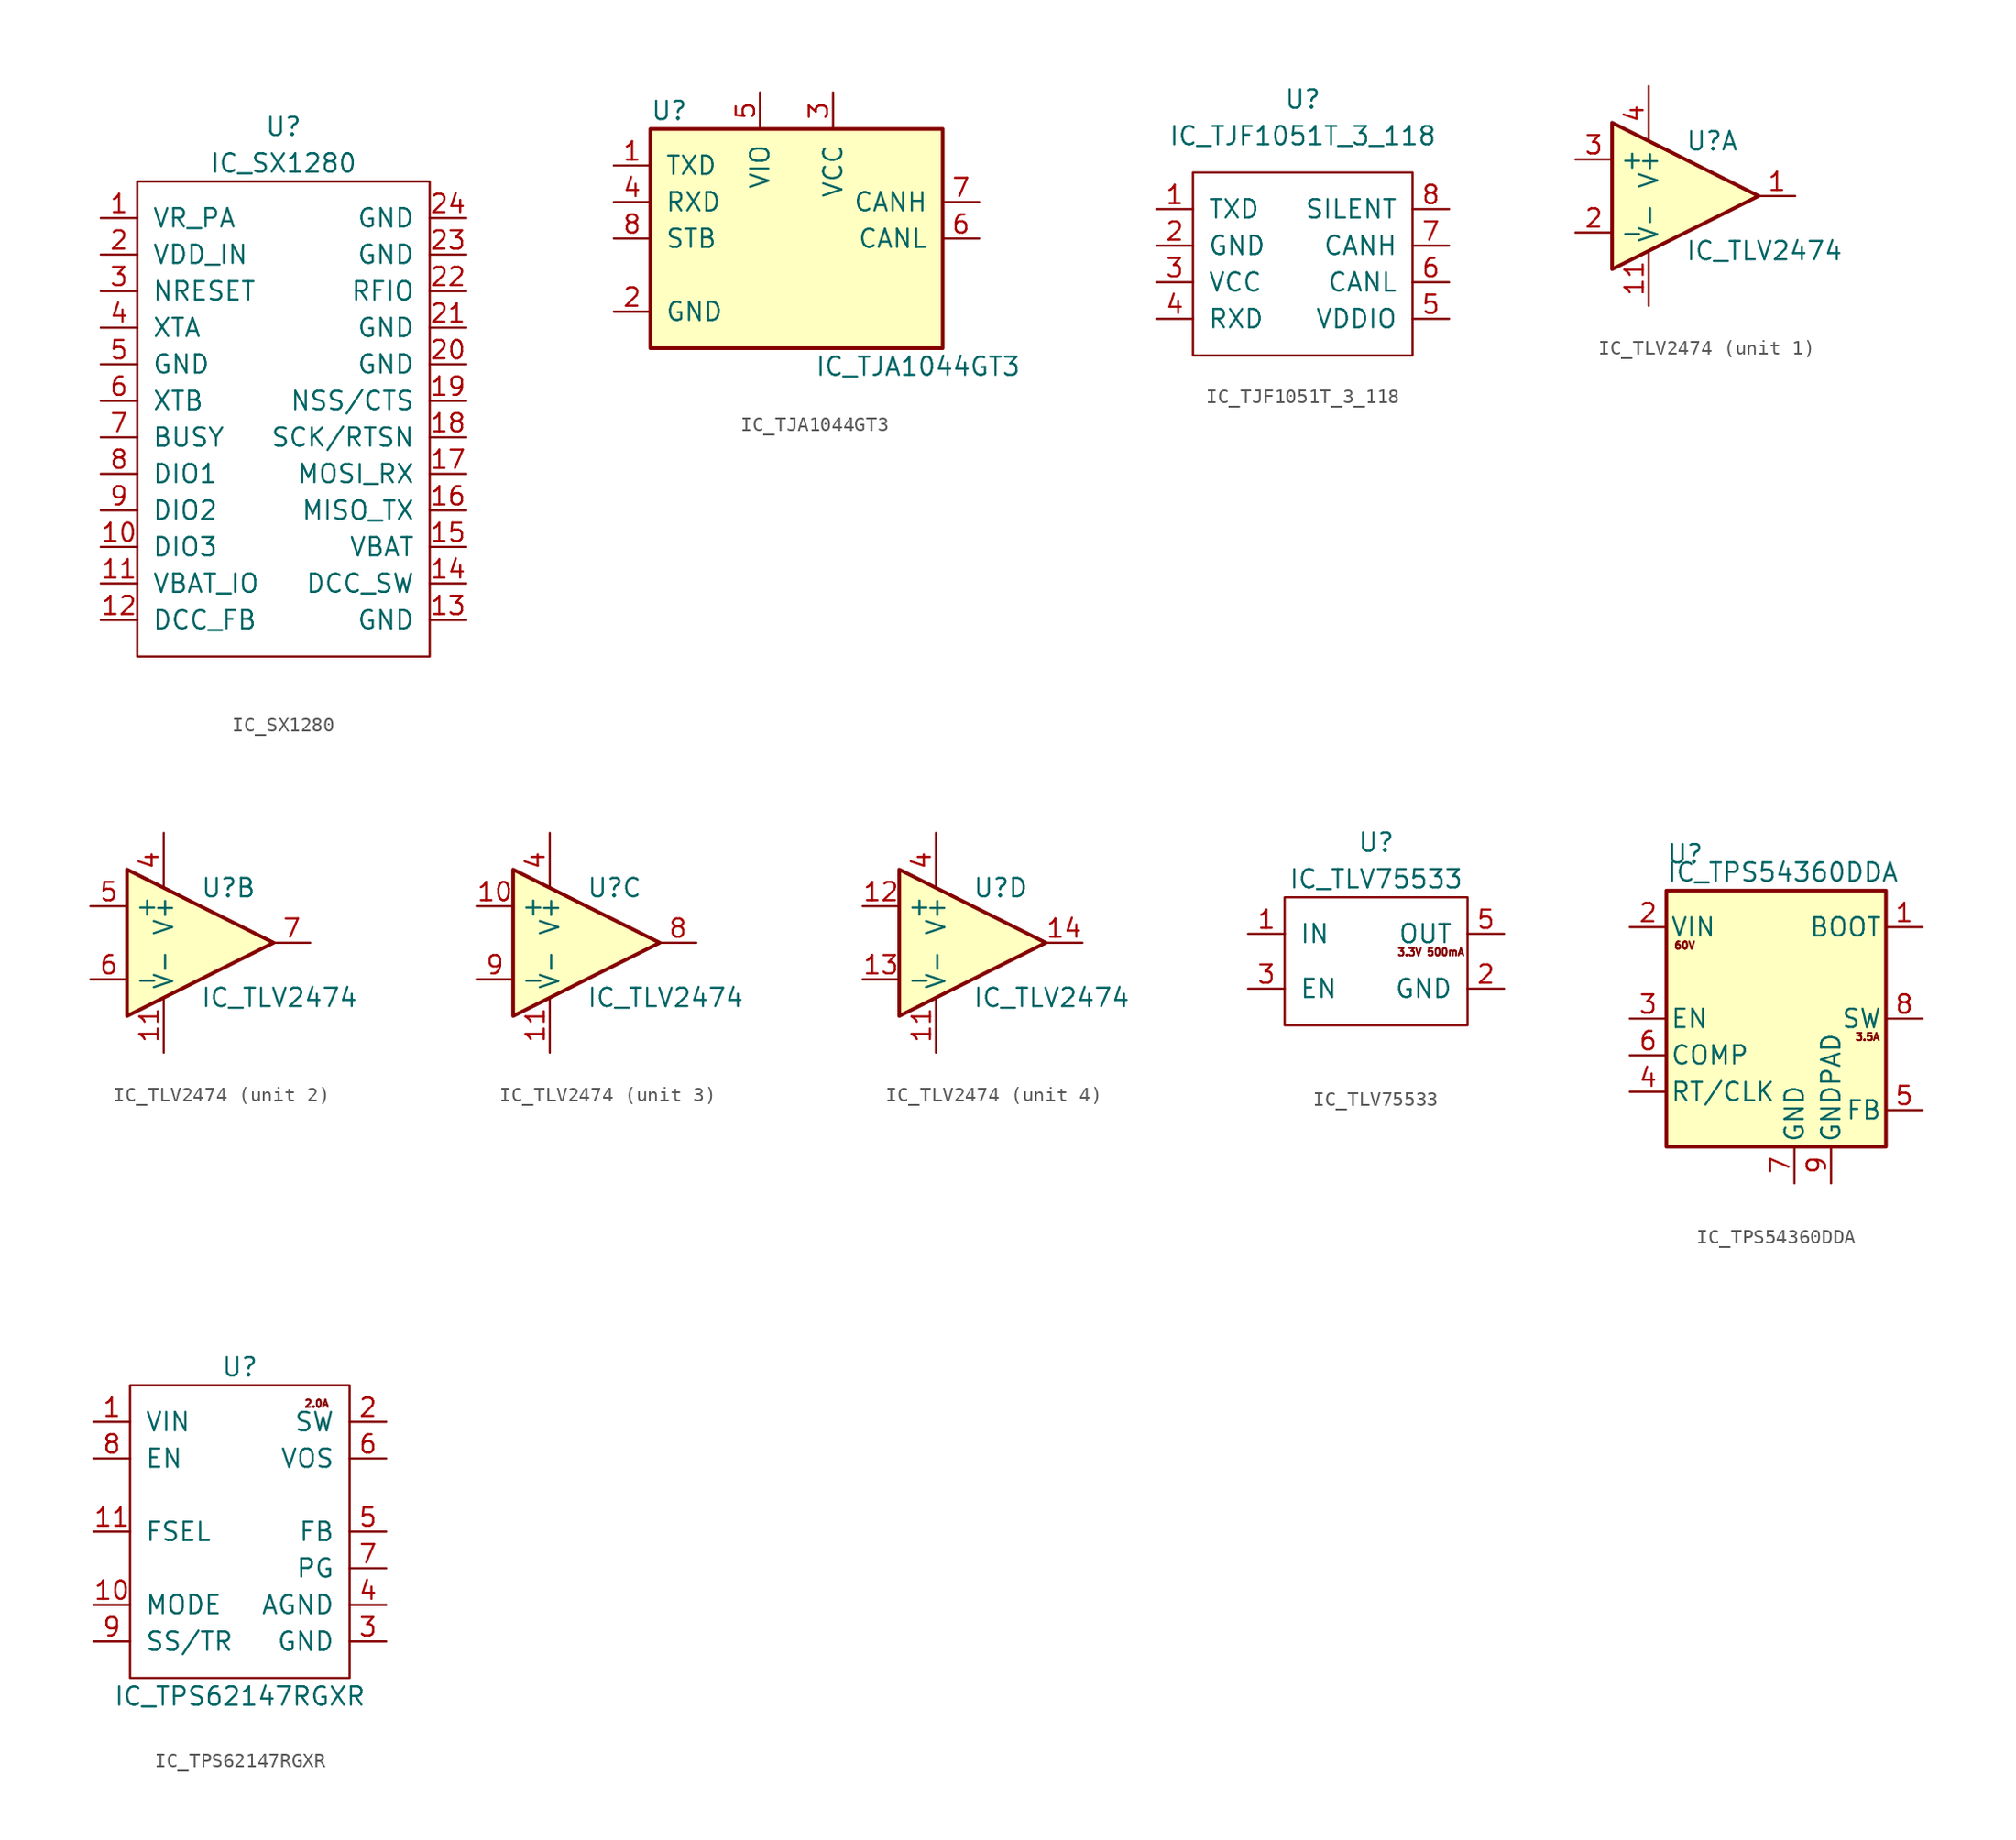
<source format=kicad_sym>
(kicad_symbol_lib
  (version 20211014)
  (generator kicad_symbol_editor)
  (symbol "IC_SX1280"
    (pin_names
      (offset 1.016))
    (property "Reference" "U"
      (at 0 20.32 0)
      (effects (font (size 1.27 1.27))))
    (property "Value" "IC_SX1280"
      (at 0 17.78 0)
      (effects (font (size 1.27 1.27))))
    (symbol "IC_SX1280_0_1"
      (rectangle (start -10.16 16.51) (end 10.16 -16.51) (stroke (width 0) (type default) (color 0 0 0 0)) (fill (type none))))
    (symbol "IC_SX1280_1_1"
      (pin input line (at -12.7 13.97 0) (length 2.54) (name "VR_PA" (effects (font (size 1.27 1.27)))) (number "1" (effects (font (size 1.27 1.27)))))
      (pin bidirectional line (at -12.7 -8.89 0) (length 2.54) (name "DIO3" (effects (font (size 1.27 1.27)))) (number "10" (effects (font (size 1.27 1.27)))))
      (pin input line (at -12.7 -11.43 0) (length 2.54) (name "VBAT_IO" (effects (font (size 1.27 1.27)))) (number "11" (effects (font (size 1.27 1.27)))))
      (pin output line (at -12.7 -13.97 0) (length 2.54) (name "DCC_FB" (effects (font (size 1.27 1.27)))) (number "12" (effects (font (size 1.27 1.27)))))
      (pin power_in line (at 12.7 -13.97 180) (length 2.54) (name "GND" (effects (font (size 1.27 1.27)))) (number "13" (effects (font (size 1.27 1.27)))))
      (pin output line (at 12.7 -11.43 180) (length 2.54) (name "DCC_SW" (effects (font (size 1.27 1.27)))) (number "14" (effects (font (size 1.27 1.27)))))
      (pin input line (at 12.7 -8.89 180) (length 2.54) (name "VBAT" (effects (font (size 1.27 1.27)))) (number "15" (effects (font (size 1.27 1.27)))))
      (pin output line (at 12.7 -6.35 180) (length 2.54) (name "MISO_TX" (effects (font (size 1.27 1.27)))) (number "16" (effects (font (size 1.27 1.27)))))
      (pin input line (at 12.7 -3.81 180) (length 2.54) (name "MOSI_RX" (effects (font (size 1.27 1.27)))) (number "17" (effects (font (size 1.27 1.27)))))
      (pin input line (at 12.7 -1.27 180) (length 2.54) (name "SCK/RTSN" (effects (font (size 1.27 1.27)))) (number "18" (effects (font (size 1.27 1.27)))))
      (pin input line (at 12.7 1.27 180) (length 2.54) (name "NSS/CTS" (effects (font (size 1.27 1.27)))) (number "19" (effects (font (size 1.27 1.27)))))
      (pin power_in line (at -12.7 11.43 0) (length 2.54) (name "VDD_IN" (effects (font (size 1.27 1.27)))) (number "2" (effects (font (size 1.27 1.27)))))
      (pin power_in line (at 12.7 3.81 180) (length 2.54) (name "GND" (effects (font (size 1.27 1.27)))) (number "20" (effects (font (size 1.27 1.27)))))
      (pin power_in line (at 12.7 6.35 180) (length 2.54) (name "GND" (effects (font (size 1.27 1.27)))) (number "21" (effects (font (size 1.27 1.27)))))
      (pin bidirectional line (at 12.7 8.89 180) (length 2.54) (name "RFIO" (effects (font (size 1.27 1.27)))) (number "22" (effects (font (size 1.27 1.27)))))
      (pin power_in line (at 12.7 11.43 180) (length 2.54) (name "GND" (effects (font (size 1.27 1.27)))) (number "23" (effects (font (size 1.27 1.27)))))
      (pin power_in line (at 12.7 13.97 180) (length 2.54) (name "GND" (effects (font (size 1.27 1.27)))) (number "24" (effects (font (size 1.27 1.27)))))
      (pin input line (at -12.7 8.89 0) (length 2.54) (name "NRESET" (effects (font (size 1.27 1.27)))) (number "3" (effects (font (size 1.27 1.27)))))
      (pin input line (at -12.7 6.35 0) (length 2.54) (name "XTA" (effects (font (size 1.27 1.27)))) (number "4" (effects (font (size 1.27 1.27)))))
      (pin power_in line (at -12.7 3.81 0) (length 2.54) (name "GND" (effects (font (size 1.27 1.27)))) (number "5" (effects (font (size 1.27 1.27)))))
      (pin input line (at -12.7 1.27 0) (length 2.54) (name "XTB" (effects (font (size 1.27 1.27)))) (number "6" (effects (font (size 1.27 1.27)))))
      (pin output line (at -12.7 -1.27 0) (length 2.54) (name "BUSY" (effects (font (size 1.27 1.27)))) (number "7" (effects (font (size 1.27 1.27)))))
      (pin bidirectional line (at -12.7 -3.81 0) (length 2.54) (name "DIO1" (effects (font (size 1.27 1.27)))) (number "8" (effects (font (size 1.27 1.27)))))
      (pin bidirectional line (at -12.7 -6.35 0) (length 2.54) (name "DIO2" (effects (font (size 1.27 1.27)))) (number "9" (effects (font (size 1.27 1.27)))))))
  (symbol "IC_TJA1044GT3"
    (pin_names
      (offset 1.016))
    (property "Reference" "U"
      (at -10.16 8.89 0)
      (effects (font (size 1.27 1.27)) (justify left)))
    (property "Value" "IC_TJA1044GT3"
      (at 1.27 -8.89 0)
      (effects (font (size 1.27 1.27)) (justify left)))
    (symbol "IC_TJA1044GT3_0_1"
      (rectangle (start -10.16 7.62) (end 10.16 -7.62) (stroke (width 0.254) (type default) (color 0 0 0 0)) (fill (type background))))
    (symbol "IC_TJA1044GT3_1_1"
      (pin input line (at -12.7 5.08 0) (length 2.54) (name "TXD" (effects (font (size 1.27 1.27)))) (number "1" (effects (font (size 1.27 1.27)))))
      (pin power_in line (at -12.7 -5.08 0) (length 2.54) (name "GND" (effects (font (size 1.27 1.27)))) (number "2" (effects (font (size 1.27 1.27)))))
      (pin power_in line (at 2.54 10.16 270) (length 2.54) (name "VCC" (effects (font (size 1.27 1.27)))) (number "3" (effects (font (size 1.27 1.27)))))
      (pin output line (at -12.7 2.54 0) (length 2.54) (name "RXD" (effects (font (size 1.27 1.27)))) (number "4" (effects (font (size 1.27 1.27)))))
      (pin power_in line (at -2.54 10.16 270) (length 2.54) (name "VIO" (effects (font (size 1.27 1.27)))) (number "5" (effects (font (size 1.27 1.27)))))
      (pin bidirectional line (at 12.7 0 180) (length 2.54) (name "CANL" (effects (font (size 1.27 1.27)))) (number "6" (effects (font (size 1.27 1.27)))))
      (pin bidirectional line (at 12.7 2.54 180) (length 2.54) (name "CANH" (effects (font (size 1.27 1.27)))) (number "7" (effects (font (size 1.27 1.27)))))
      (pin input line (at -12.7 0 0) (length 2.54) (name "STB" (effects (font (size 1.27 1.27)))) (number "8" (effects (font (size 1.27 1.27)))))))
  (symbol "IC_TJF1051T_3_118"
    (pin_names
      (offset 1.016))
    (property "Reference" "U"
      (at 0 11.43 0)
      (effects (font (size 1.27 1.27))))
    (property "Value" "IC_TJF1051T_3_118"
      (at 0 8.89 0)
      (effects (font (size 1.27 1.27))))
    (symbol "IC_TJF1051T_3_118_0_1"
      (rectangle (start -7.62 6.35) (end 7.62 -6.35) (stroke (width 0) (type default) (color 0 0 0 0)) (fill (type none))))
    (symbol "IC_TJF1051T_3_118_1_1"
      (pin input line (at -10.16 3.81 0) (length 2.54) (name "TXD" (effects (font (size 1.27 1.27)))) (number "1" (effects (font (size 1.27 1.27)))))
      (pin power_in line (at -10.16 1.27 0) (length 2.54) (name "GND" (effects (font (size 1.27 1.27)))) (number "2" (effects (font (size 1.27 1.27)))))
      (pin power_in line (at -10.16 -1.27 0) (length 2.54) (name "VCC" (effects (font (size 1.27 1.27)))) (number "3" (effects (font (size 1.27 1.27)))))
      (pin output line (at -10.16 -3.81 0) (length 2.54) (name "RXD" (effects (font (size 1.27 1.27)))) (number "4" (effects (font (size 1.27 1.27)))))
      (pin power_in line (at 10.16 -3.81 180) (length 2.54) (name "VDDIO" (effects (font (size 1.27 1.27)))) (number "5" (effects (font (size 1.27 1.27)))))
      (pin bidirectional line (at 10.16 -1.27 180) (length 2.54) (name "CANL" (effects (font (size 1.27 1.27)))) (number "6" (effects (font (size 1.27 1.27)))))
      (pin bidirectional line (at 10.16 1.27 180) (length 2.54) (name "CANH" (effects (font (size 1.27 1.27)))) (number "7" (effects (font (size 1.27 1.27)))))
      (pin input line (at 10.16 3.81 180) (length 2.54) (name "SILENT" (effects (font (size 1.27 1.27)))) (number "8" (effects (font (size 1.27 1.27)))))))
  (symbol "IC_TLV2474"
    (property "Reference" "U"
      (at 0 3.81 0)
      (effects (font (size 1.27 1.27)) (justify left)))
    (property "Value" "IC_TLV2474"
      (at 0 -3.81 0)
      (effects (font (size 1.27 1.27)) (justify left)))
    (symbol "IC_TLV2474_0_1"
      (polyline (pts (xy -5.08 5.08) (xy 5.08 0) (xy -5.08 -5.08) (xy -5.08 5.08)) (stroke (width 0.254) (type default) (color 0 0 0 0)) (fill (type background)))
      (pin power_in line (at -2.54 -7.62 90) (length 3.81) (name "V-" (effects (font (size 1.27 1.27)))) (number "11" (effects (font (size 1.27 1.27)))))
      (pin power_in line (at -2.54 7.62 270) (length 3.81) (name "V+" (effects (font (size 1.27 1.27)))) (number "4" (effects (font (size 1.27 1.27))))))
    (symbol "IC_TLV2474_1_1"
      (pin output line (at 7.62 0 180) (length 2.54) (name "~" (effects (font (size 1.27 1.27)))) (number "1" (effects (font (size 1.27 1.27)))))
      (pin input line (at -7.62 -2.54 0) (length 2.54) (name "-" (effects (font (size 1.27 1.27)))) (number "2" (effects (font (size 1.27 1.27)))))
      (pin input line (at -7.62 2.54 0) (length 2.54) (name "+" (effects (font (size 1.27 1.27)))) (number "3" (effects (font (size 1.27 1.27))))))
    (symbol "IC_TLV2474_2_1"
      (pin input line (at -7.62 2.54 0) (length 2.54) (name "+" (effects (font (size 1.27 1.27)))) (number "5" (effects (font (size 1.27 1.27)))))
      (pin input line (at -7.62 -2.54 0) (length 2.54) (name "-" (effects (font (size 1.27 1.27)))) (number "6" (effects (font (size 1.27 1.27)))))
      (pin output line (at 7.62 0 180) (length 2.54) (name "~" (effects (font (size 1.27 1.27)))) (number "7" (effects (font (size 1.27 1.27))))))
    (symbol "IC_TLV2474_3_1"
      (pin input line (at -7.62 2.54 0) (length 2.54) (name "+" (effects (font (size 1.27 1.27)))) (number "10" (effects (font (size 1.27 1.27)))))
      (pin output line (at 7.62 0 180) (length 2.54) (name "~" (effects (font (size 1.27 1.27)))) (number "8" (effects (font (size 1.27 1.27)))))
      (pin input line (at -7.62 -2.54 0) (length 2.54) (name "-" (effects (font (size 1.27 1.27)))) (number "9" (effects (font (size 1.27 1.27))))))
    (symbol "IC_TLV2474_4_1"
      (pin input line (at -7.62 2.54 0) (length 2.54) (name "+" (effects (font (size 1.27 1.27)))) (number "12" (effects (font (size 1.27 1.27)))))
      (pin input line (at -7.62 -2.54 0) (length 2.54) (name "-" (effects (font (size 1.27 1.27)))) (number "13" (effects (font (size 1.27 1.27)))))
      (pin output line (at 7.62 0 180) (length 2.54) (name "~" (effects (font (size 1.27 1.27)))) (number "14" (effects (font (size 1.27 1.27)))))))
  (symbol "IC_TLV75533"
    (pin_names
      (offset 1.016))
    (property "Reference" "U"
      (at 0 8.89 0)
      (effects (font (size 1.27 1.27))))
    (property "Value" "IC_TLV75533"
      (at 0 6.35 0)
      (effects (font (size 1.27 1.27))))
    (symbol "IC_TLV75533_0_0"
      (text "3.3V 500mA" (at 3.81 1.27 0) (effects (font (size 0.508 0.508)))))
    (symbol "IC_TLV75533_0_1"
      (rectangle (start -6.35 5.08) (end 6.35 -3.81) (stroke (width 0) (type default) (color 0 0 0 0)) (fill (type none))))
    (symbol "IC_TLV75533_1_1"
      (pin power_in line (at -8.89 2.54 0) (length 2.54) (name "IN" (effects (font (size 1.27 1.27)))) (number "1" (effects (font (size 1.27 1.27)))))
      (pin power_in line (at 8.89 -1.27 180) (length 2.54) (name "GND" (effects (font (size 1.27 1.27)))) (number "2" (effects (font (size 1.27 1.27)))))
      (pin input line (at -8.89 -1.27 0) (length 2.54) (name "EN" (effects (font (size 1.27 1.27)))) (number "3" (effects (font (size 1.27 1.27)))))
      (pin no_connect line (at 0 -6.35 90) (length 2.54) hide (name "NC" (effects (font (size 1.27 1.27)))) (number "4" (effects (font (size 1.27 1.27)))))
      (pin power_out line (at 8.89 2.54 180) (length 2.54) (name "OUT" (effects (font (size 1.27 1.27)))) (number "5" (effects (font (size 1.27 1.27)))))))
  (symbol "IC_TPS54360DDA"
    (pin_names
      (offset 0.254))
    (property "Reference" "U"
      (at -7.62 11.43 0)
      (effects (font (size 1.27 1.27)) (justify left)))
    (property "Value" "IC_TPS54360DDA"
      (at -7.62 10.16 0)
      (effects (font (size 1.27 1.27)) (justify left)))
    (symbol "IC_TPS54360DDA_0_0"
      (text "3.5A" (at 6.35 -1.27 0) (effects (font (size 0.508 0.508))))
      (text "60V" (at -6.35 5.08 0) (effects (font (size 0.508 0.508)))))
    (symbol "IC_TPS54360DDA_0_1"
      (rectangle (start -7.62 8.89) (end 7.62 -8.89) (stroke (width 0.254) (type default) (color 0 0 0 0)) (fill (type background))))
    (symbol "IC_TPS54360DDA_1_1"
      (pin input line (at 10.16 6.35 180) (length 2.54) (name "BOOT" (effects (font (size 1.27 1.27)))) (number "1" (effects (font (size 1.27 1.27)))))
      (pin power_in line (at -10.16 6.35 0) (length 2.54) (name "VIN" (effects (font (size 1.27 1.27)))) (number "2" (effects (font (size 1.27 1.27)))))
      (pin input line (at -10.16 0 0) (length 2.54) (name "EN" (effects (font (size 1.27 1.27)))) (number "3" (effects (font (size 1.27 1.27)))))
      (pin input line (at -10.16 -5.08 0) (length 2.54) (name "RT/CLK" (effects (font (size 1.27 1.27)))) (number "4" (effects (font (size 1.27 1.27)))))
      (pin input line (at 10.16 -6.35 180) (length 2.54) (name "FB" (effects (font (size 1.27 1.27)))) (number "5" (effects (font (size 1.27 1.27)))))
      (pin passive line (at -10.16 -2.54 0) (length 2.54) (name "COMP" (effects (font (size 1.27 1.27)))) (number "6" (effects (font (size 1.27 1.27)))))
      (pin power_in line (at 1.27 -11.43 90) (length 2.54) (name "GND" (effects (font (size 1.27 1.27)))) (number "7" (effects (font (size 1.27 1.27)))))
      (pin output line (at 10.16 0 180) (length 2.54) (name "SW" (effects (font (size 1.27 1.27)))) (number "8" (effects (font (size 1.27 1.27)))))
      (pin power_in line (at 3.81 -11.43 90) (length 2.54) (name "GNDPAD" (effects (font (size 1.27 1.27)))) (number "9" (effects (font (size 1.27 1.27)))))))
  (symbol "IC_TPS62147RGXR"
    (pin_names
      (offset 1.016))
    (property "Reference" "U"
      (at 0 11.43 0)
      (effects (font (size 1.27 1.27))))
    (property "Value" "IC_TPS62147RGXR"
      (at 0 -11.43 0)
      (effects (font (size 1.27 1.27))))
    (symbol "IC_TPS62147RGXR_0_0"
      (text "2.0A" (at 5.334 8.89 0) (effects (font (size 0.508 0.508)))))
    (symbol "IC_TPS62147RGXR_0_1"
      (rectangle (start -7.62 10.16) (end 7.62 -10.16) (stroke (width 0) (type default) (color 0 0 0 0)) (fill (type none))))
    (symbol "IC_TPS62147RGXR_1_1"
      (pin power_in line (at -10.16 7.62 0) (length 2.54) (name "VIN" (effects (font (size 1.27 1.27)))) (number "1" (effects (font (size 1.27 1.27)))))
      (pin input line (at -10.16 -5.08 0) (length 2.54) (name "MODE" (effects (font (size 1.27 1.27)))) (number "10" (effects (font (size 1.27 1.27)))))
      (pin input line (at -10.16 0 0) (length 2.54) (name "FSEL" (effects (font (size 1.27 1.27)))) (number "11" (effects (font (size 1.27 1.27)))))
      (pin bidirectional line (at 10.16 7.62 180) (length 2.54) (name "SW" (effects (font (size 1.27 1.27)))) (number "2" (effects (font (size 1.27 1.27)))))
      (pin power_in line (at 10.16 -7.62 180) (length 2.54) (name "GND" (effects (font (size 1.27 1.27)))) (number "3" (effects (font (size 1.27 1.27)))))
      (pin power_in line (at 10.16 -5.08 180) (length 2.54) (name "AGND" (effects (font (size 1.27 1.27)))) (number "4" (effects (font (size 1.27 1.27)))))
      (pin input line (at 10.16 0 180) (length 2.54) (name "FB" (effects (font (size 1.27 1.27)))) (number "5" (effects (font (size 1.27 1.27)))))
      (pin input line (at 10.16 5.08 180) (length 2.54) (name "VOS" (effects (font (size 1.27 1.27)))) (number "6" (effects (font (size 1.27 1.27)))))
      (pin output line (at 10.16 -2.54 180) (length 2.54) (name "PG" (effects (font (size 1.27 1.27)))) (number "7" (effects (font (size 1.27 1.27)))))
      (pin input line (at -10.16 5.08 0) (length 2.54) (name "EN" (effects (font (size 1.27 1.27)))) (number "8" (effects (font (size 1.27 1.27)))))
      (pin input line (at -10.16 -7.62 0) (length 2.54) (name "SS/TR" (effects (font (size 1.27 1.27)))) (number "9" (effects (font (size 1.27 1.27))))))))
</source>
